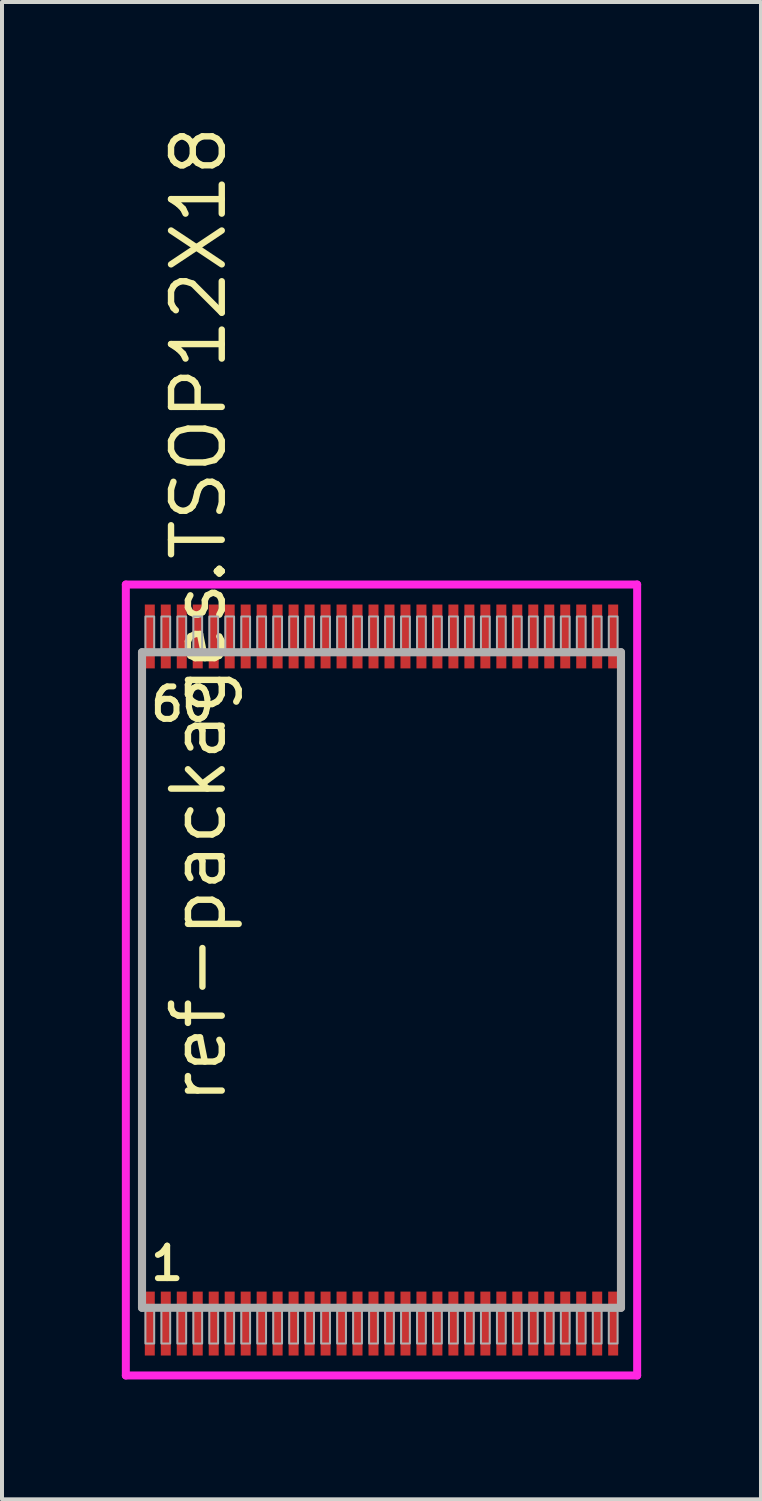
<source format=kicad_pcb>
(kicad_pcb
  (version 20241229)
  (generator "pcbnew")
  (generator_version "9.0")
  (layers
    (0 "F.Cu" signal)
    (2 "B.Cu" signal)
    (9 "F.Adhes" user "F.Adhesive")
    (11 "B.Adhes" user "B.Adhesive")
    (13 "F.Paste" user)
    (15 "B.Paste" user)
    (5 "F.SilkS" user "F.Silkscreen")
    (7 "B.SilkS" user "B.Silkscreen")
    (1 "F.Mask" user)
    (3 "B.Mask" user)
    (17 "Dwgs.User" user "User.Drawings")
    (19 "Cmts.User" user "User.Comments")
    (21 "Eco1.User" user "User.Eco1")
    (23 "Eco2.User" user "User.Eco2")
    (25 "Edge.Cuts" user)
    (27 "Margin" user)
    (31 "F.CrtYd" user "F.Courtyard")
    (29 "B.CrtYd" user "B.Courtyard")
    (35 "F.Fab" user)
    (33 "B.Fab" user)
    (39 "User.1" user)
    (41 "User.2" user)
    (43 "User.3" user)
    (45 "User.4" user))
  (footprint "ref-packages.TSOP12X18"
    (layer "F.Cu")
    (at 6.5 21.483)
    (property "Reference" "ref-packages.TSOP12X18" (at -3.835 3.175 90) (layer "F.SilkS") (effects (font (size 1.27 1.27) (thickness 0.16)) (justify left bottom)))
    (attr smd)
    (fp_line (start -6.4 -9.9) (end 6.4 -9.9) (stroke (width 0.2) (type default)) (layer "F.CrtYd"))
    (fp_line (start -6.4 9.9) (end -6.4 -9.9) (stroke (width 0.2) (type default)) (layer "F.CrtYd"))
    (fp_line (start 6.4 -9.9) (end 6.4 9.9) (stroke (width 0.2) (type default)) (layer "F.CrtYd"))
    (fp_line (start 6.4 9.9) (end -6.4 9.9) (stroke (width 0.2) (type default)) (layer "F.CrtYd"))
    (fp_line (start -5.995 -8.205) (end 5.995 -8.205) (stroke (width 0.203) (type default)) (layer "F.Fab"))
    (fp_line (start -5.995 8.205) (end -5.995 -8.205) (stroke (width 0.203) (type default)) (layer "F.Fab"))
    (fp_line (start 5.995 -8.205) (end 5.995 8.205) (stroke (width 0.203) (type default)) (layer "F.Fab"))
    (fp_line (start 5.995 8.205) (end -5.995 8.205) (stroke (width 0.203) (type default)) (layer "F.Fab"))
    (fp_rect (start -5.91 -8.27) (end -5.69 -9.1) (stroke (width 0.05) (type default)) (fill no) (layer "F.Fab"))
    (fp_rect (start -5.91 9.1) (end -5.69 8.27) (stroke (width 0.05) (type default)) (fill no) (layer "F.Fab"))
    (fp_rect (start -5.51 -8.27) (end -5.29 -9.1) (stroke (width 0.05) (type default)) (fill no) (layer "F.Fab"))
    (fp_rect (start -5.51 9.1) (end -5.29 8.27) (stroke (width 0.05) (type default)) (fill no) (layer "F.Fab"))
    (fp_rect (start -5.11 -8.27) (end -4.89 -9.1) (stroke (width 0.05) (type default)) (fill no) (layer "F.Fab"))
    (fp_rect (start -5.11 9.1) (end -4.89 8.27) (stroke (width 0.05) (type default)) (fill no) (layer "F.Fab"))
    (fp_rect (start -4.71 -8.27) (end -4.49 -9.1) (stroke (width 0.05) (type default)) (fill no) (layer "F.Fab"))
    (fp_rect (start -4.71 9.1) (end -4.49 8.27) (stroke (width 0.05) (type default)) (fill no) (layer "F.Fab"))
    (fp_rect (start -4.31 -8.27) (end -4.09 -9.1) (stroke (width 0.05) (type default)) (fill no) (layer "F.Fab"))
    (fp_rect (start -4.31 9.1) (end -4.09 8.27) (stroke (width 0.05) (type default)) (fill no) (layer "F.Fab"))
    (fp_rect (start -3.91 -8.27) (end -3.69 -9.1) (stroke (width 0.05) (type default)) (fill no) (layer "F.Fab"))
    (fp_rect (start -3.91 9.1) (end -3.69 8.27) (stroke (width 0.05) (type default)) (fill no) (layer "F.Fab"))
    (fp_rect (start -3.51 -8.27) (end -3.29 -9.1) (stroke (width 0.05) (type default)) (fill no) (layer "F.Fab"))
    (fp_rect (start -3.51 9.1) (end -3.29 8.27) (stroke (width 0.05) (type default)) (fill no) (layer "F.Fab"))
    (fp_rect (start -3.11 -8.27) (end -2.89 -9.1) (stroke (width 0.05) (type default)) (fill no) (layer "F.Fab"))
    (fp_rect (start -3.11 9.1) (end -2.89 8.27) (stroke (width 0.05) (type default)) (fill no) (layer "F.Fab"))
    (fp_rect (start -2.71 -8.27) (end -2.49 -9.1) (stroke (width 0.05) (type default)) (fill no) (layer "F.Fab"))
    (fp_rect (start -2.71 9.1) (end -2.49 8.27) (stroke (width 0.05) (type default)) (fill no) (layer "F.Fab"))
    (fp_rect (start -2.31 -8.27) (end -2.09 -9.1) (stroke (width 0.05) (type default)) (fill no) (layer "F.Fab"))
    (fp_rect (start -2.31 9.1) (end -2.09 8.27) (stroke (width 0.05) (type default)) (fill no) (layer "F.Fab"))
    (fp_rect (start -1.91 -8.27) (end -1.69 -9.1) (stroke (width 0.05) (type default)) (fill no) (layer "F.Fab"))
    (fp_rect (start -1.91 9.1) (end -1.69 8.27) (stroke (width 0.05) (type default)) (fill no) (layer "F.Fab"))
    (fp_rect (start -1.51 -8.27) (end -1.29 -9.1) (stroke (width 0.05) (type default)) (fill no) (layer "F.Fab"))
    (fp_rect (start -1.51 9.1) (end -1.29 8.27) (stroke (width 0.05) (type default)) (fill no) (layer "F.Fab"))
    (fp_rect (start -1.11 -8.27) (end -0.89 -9.1) (stroke (width 0.05) (type default)) (fill no) (layer "F.Fab"))
    (fp_rect (start -1.11 9.1) (end -0.89 8.27) (stroke (width 0.05) (type default)) (fill no) (layer "F.Fab"))
    (fp_rect (start -0.71 -8.27) (end -0.49 -9.1) (stroke (width 0.05) (type default)) (fill no) (layer "F.Fab"))
    (fp_rect (start -0.71 9.1) (end -0.49 8.27) (stroke (width 0.05) (type default)) (fill no) (layer "F.Fab"))
    (fp_rect (start -0.31 -8.27) (end -0.09 -9.1) (stroke (width 0.05) (type default)) (fill no) (layer "F.Fab"))
    (fp_rect (start -0.31 9.1) (end -0.09 8.27) (stroke (width 0.05) (type default)) (fill no) (layer "F.Fab"))
    (fp_rect (start 0.09 -8.27) (end 0.31 -9.1) (stroke (width 0.05) (type default)) (fill no) (layer "F.Fab"))
    (fp_rect (start 0.09 9.1) (end 0.31 8.27) (stroke (width 0.05) (type default)) (fill no) (layer "F.Fab"))
    (fp_rect (start 0.49 -8.27) (end 0.71 -9.1) (stroke (width 0.05) (type default)) (fill no) (layer "F.Fab"))
    (fp_rect (start 0.49 9.1) (end 0.71 8.27) (stroke (width 0.05) (type default)) (fill no) (layer "F.Fab"))
    (fp_rect (start 0.89 -8.27) (end 1.11 -9.1) (stroke (width 0.05) (type default)) (fill no) (layer "F.Fab"))
    (fp_rect (start 0.89 9.1) (end 1.11 8.27) (stroke (width 0.05) (type default)) (fill no) (layer "F.Fab"))
    (fp_rect (start 1.29 -8.27) (end 1.51 -9.1) (stroke (width 0.05) (type default)) (fill no) (layer "F.Fab"))
    (fp_rect (start 1.29 9.1) (end 1.51 8.27) (stroke (width 0.05) (type default)) (fill no) (layer "F.Fab"))
    (fp_rect (start 1.69 -8.27) (end 1.91 -9.1) (stroke (width 0.05) (type default)) (fill no) (layer "F.Fab"))
    (fp_rect (start 1.69 9.1) (end 1.91 8.27) (stroke (width 0.05) (type default)) (fill no) (layer "F.Fab"))
    (fp_rect (start 2.09 -8.27) (end 2.31 -9.1) (stroke (width 0.05) (type default)) (fill no) (layer "F.Fab"))
    (fp_rect (start 2.09 9.1) (end 2.31 8.27) (stroke (width 0.05) (type default)) (fill no) (layer "F.Fab"))
    (fp_rect (start 2.49 -8.27) (end 2.71 -9.1) (stroke (width 0.05) (type default)) (fill no) (layer "F.Fab"))
    (fp_rect (start 2.49 9.1) (end 2.71 8.27) (stroke (width 0.05) (type default)) (fill no) (layer "F.Fab"))
    (fp_rect (start 2.89 -8.27) (end 3.11 -9.1) (stroke (width 0.05) (type default)) (fill no) (layer "F.Fab"))
    (fp_rect (start 2.89 9.1) (end 3.11 8.27) (stroke (width 0.05) (type default)) (fill no) (layer "F.Fab"))
    (fp_rect (start 3.29 -8.27) (end 3.51 -9.1) (stroke (width 0.05) (type default)) (fill no) (layer "F.Fab"))
    (fp_rect (start 3.29 9.1) (end 3.51 8.27) (stroke (width 0.05) (type default)) (fill no) (layer "F.Fab"))
    (fp_rect (start 3.69 -8.27) (end 3.91 -9.1) (stroke (width 0.05) (type default)) (fill no) (layer "F.Fab"))
    (fp_rect (start 3.69 9.1) (end 3.91 8.27) (stroke (width 0.05) (type default)) (fill no) (layer "F.Fab"))
    (fp_rect (start 4.09 -8.27) (end 4.31 -9.1) (stroke (width 0.05) (type default)) (fill no) (layer "F.Fab"))
    (fp_rect (start 4.09 9.1) (end 4.31 8.27) (stroke (width 0.05) (type default)) (fill no) (layer "F.Fab"))
    (fp_rect (start 4.49 -8.27) (end 4.71 -9.1) (stroke (width 0.05) (type default)) (fill no) (layer "F.Fab"))
    (fp_rect (start 4.49 9.1) (end 4.71 8.27) (stroke (width 0.05) (type default)) (fill no) (layer "F.Fab"))
    (fp_rect (start 4.89 -8.27) (end 5.11 -9.1) (stroke (width 0.05) (type default)) (fill no) (layer "F.Fab"))
    (fp_rect (start 4.89 9.1) (end 5.11 8.27) (stroke (width 0.05) (type default)) (fill no) (layer "F.Fab"))
    (fp_rect (start 5.29 -8.27) (end 5.51 -9.1) (stroke (width 0.05) (type default)) (fill no) (layer "F.Fab"))
    (fp_rect (start 5.29 9.1) (end 5.51 8.27) (stroke (width 0.05) (type default)) (fill no) (layer "F.Fab"))
    (fp_rect (start 5.69 -8.27) (end 5.91 -9.1) (stroke (width 0.05) (type default)) (fill no) (layer "F.Fab"))
    (fp_rect (start 5.69 9.1) (end 5.91 8.27) (stroke (width 0.05) (type default)) (fill no) (layer "F.Fab"))
    (fp_text user "1" (at -5.851 7.57 0) (layer "F.SilkS") (effects (font (size 0.813 0.813) (thickness 0.15)) (justify left bottom)))
    (fp_text user "60" (at -5.851 -6.43 0) (layer "F.SilkS") (effects (font (size 0.813 0.813) (thickness 0.15)) (justify left bottom)))
    (pad "1" smd roundrect (at -5.8 8.6) (size 0.25 1.6) (layers "F.Cu" "F.Mask" "F.Paste") (roundrect_rratio 0.01))
    (pad "2" smd roundrect (at -5.4 8.6) (size 0.25 1.6) (layers "F.Cu" "F.Mask" "F.Paste") (roundrect_rratio 0.01))
    (pad "3" smd roundrect (at -5 8.6) (size 0.25 1.6) (layers "F.Cu" "F.Mask" "F.Paste") (roundrect_rratio 0.01))
    (pad "4" smd roundrect (at -4.6 8.6) (size 0.25 1.6) (layers "F.Cu" "F.Mask" "F.Paste") (roundrect_rratio 0.01))
    (pad "5" smd roundrect (at -4.2 8.6) (size 0.25 1.6) (layers "F.Cu" "F.Mask" "F.Paste") (roundrect_rratio 0.01))
    (pad "6" smd roundrect (at -3.8 8.6) (size 0.25 1.6) (layers "F.Cu" "F.Mask" "F.Paste") (roundrect_rratio 0.01))
    (pad "7" smd roundrect (at -3.4 8.6) (size 0.25 1.6) (layers "F.Cu" "F.Mask" "F.Paste") (roundrect_rratio 0.01))
    (pad "8" smd roundrect (at -3 8.6) (size 0.25 1.6) (layers "F.Cu" "F.Mask" "F.Paste") (roundrect_rratio 0.01))
    (pad "9" smd roundrect (at -2.6 8.6) (size 0.25 1.6) (layers "F.Cu" "F.Mask" "F.Paste") (roundrect_rratio 0.01))
    (pad "10" smd roundrect (at -2.2 8.6) (size 0.25 1.6) (layers "F.Cu" "F.Mask" "F.Paste") (roundrect_rratio 0.01))
    (pad "11" smd roundrect (at -1.8 8.6) (size 0.25 1.6) (layers "F.Cu" "F.Mask" "F.Paste") (roundrect_rratio 0.01))
    (pad "12" smd roundrect (at -1.4 8.6) (size 0.25 1.6) (layers "F.Cu" "F.Mask" "F.Paste") (roundrect_rratio 0.01))
    (pad "13" smd roundrect (at -1 8.6) (size 0.25 1.6) (layers "F.Cu" "F.Mask" "F.Paste") (roundrect_rratio 0.01))
    (pad "14" smd roundrect (at -0.6 8.6) (size 0.25 1.6) (layers "F.Cu" "F.Mask" "F.Paste") (roundrect_rratio 0.01))
    (pad "15" smd roundrect (at -0.2 8.6) (size 0.25 1.6) (layers "F.Cu" "F.Mask" "F.Paste") (roundrect_rratio 0.01))
    (pad "16" smd roundrect (at 0.2 8.6) (size 0.25 1.6) (layers "F.Cu" "F.Mask" "F.Paste") (roundrect_rratio 0.01))
    (pad "17" smd roundrect (at 0.6 8.6) (size 0.25 1.6) (layers "F.Cu" "F.Mask" "F.Paste") (roundrect_rratio 0.01))
    (pad "18" smd roundrect (at 1 8.6) (size 0.25 1.6) (layers "F.Cu" "F.Mask" "F.Paste") (roundrect_rratio 0.01))
    (pad "19" smd roundrect (at 1.4 8.6) (size 0.25 1.6) (layers "F.Cu" "F.Mask" "F.Paste") (roundrect_rratio 0.01))
    (pad "20" smd roundrect (at 1.8 8.6) (size 0.25 1.6) (layers "F.Cu" "F.Mask" "F.Paste") (roundrect_rratio 0.01))
    (pad "21" smd roundrect (at 2.2 8.6) (size 0.25 1.6) (layers "F.Cu" "F.Mask" "F.Paste") (roundrect_rratio 0.01))
    (pad "22" smd roundrect (at 2.6 8.6) (size 0.25 1.6) (layers "F.Cu" "F.Mask" "F.Paste") (roundrect_rratio 0.01))
    (pad "23" smd roundrect (at 3 8.6) (size 0.25 1.6) (layers "F.Cu" "F.Mask" "F.Paste") (roundrect_rratio 0.01))
    (pad "24" smd roundrect (at 3.4 8.6) (size 0.25 1.6) (layers "F.Cu" "F.Mask" "F.Paste") (roundrect_rratio 0.01))
    (pad "25" smd roundrect (at 3.8 8.6) (size 0.25 1.6) (layers "F.Cu" "F.Mask" "F.Paste") (roundrect_rratio 0.01))
    (pad "26" smd roundrect (at 4.2 8.6) (size 0.25 1.6) (layers "F.Cu" "F.Mask" "F.Paste") (roundrect_rratio 0.01))
    (pad "27" smd roundrect (at 4.6 8.6) (size 0.25 1.6) (layers "F.Cu" "F.Mask" "F.Paste") (roundrect_rratio 0.01))
    (pad "28" smd roundrect (at 5 8.6) (size 0.25 1.6) (layers "F.Cu" "F.Mask" "F.Paste") (roundrect_rratio 0.01))
    (pad "29" smd roundrect (at 5.4 8.6) (size 0.25 1.6) (layers "F.Cu" "F.Mask" "F.Paste") (roundrect_rratio 0.01))
    (pad "30" smd roundrect (at 5.8 8.6) (size 0.25 1.6) (layers "F.Cu" "F.Mask" "F.Paste") (roundrect_rratio 0.01))
    (pad "31" smd roundrect (at 5.8 -8.6) (size 0.25 1.6) (layers "F.Cu" "F.Mask" "F.Paste") (roundrect_rratio 0.01))
    (pad "32" smd roundrect (at 5.4 -8.6) (size 0.25 1.6) (layers "F.Cu" "F.Mask" "F.Paste") (roundrect_rratio 0.01))
    (pad "33" smd roundrect (at 5 -8.6) (size 0.25 1.6) (layers "F.Cu" "F.Mask" "F.Paste") (roundrect_rratio 0.01))
    (pad "34" smd roundrect (at 4.6 -8.6) (size 0.25 1.6) (layers "F.Cu" "F.Mask" "F.Paste") (roundrect_rratio 0.01))
    (pad "35" smd roundrect (at 4.2 -8.6) (size 0.25 1.6) (layers "F.Cu" "F.Mask" "F.Paste") (roundrect_rratio 0.01))
    (pad "36" smd roundrect (at 3.8 -8.6) (size 0.25 1.6) (layers "F.Cu" "F.Mask" "F.Paste") (roundrect_rratio 0.01))
    (pad "37" smd roundrect (at 3.4 -8.6) (size 0.25 1.6) (layers "F.Cu" "F.Mask" "F.Paste") (roundrect_rratio 0.01))
    (pad "38" smd roundrect (at 3 -8.6) (size 0.25 1.6) (layers "F.Cu" "F.Mask" "F.Paste") (roundrect_rratio 0.01))
    (pad "39" smd roundrect (at 2.6 -8.6) (size 0.25 1.6) (layers "F.Cu" "F.Mask" "F.Paste") (roundrect_rratio 0.01))
    (pad "40" smd roundrect (at 2.2 -8.6) (size 0.25 1.6) (layers "F.Cu" "F.Mask" "F.Paste") (roundrect_rratio 0.01))
    (pad "41" smd roundrect (at 1.8 -8.6) (size 0.25 1.6) (layers "F.Cu" "F.Mask" "F.Paste") (roundrect_rratio 0.01))
    (pad "42" smd roundrect (at 1.4 -8.6) (size 0.25 1.6) (layers "F.Cu" "F.Mask" "F.Paste") (roundrect_rratio 0.01))
    (pad "43" smd roundrect (at 1 -8.6) (size 0.25 1.6) (layers "F.Cu" "F.Mask" "F.Paste") (roundrect_rratio 0.01))
    (pad "44" smd roundrect (at 0.6 -8.6) (size 0.25 1.6) (layers "F.Cu" "F.Mask" "F.Paste") (roundrect_rratio 0.01))
    (pad "45" smd roundrect (at 0.2 -8.6) (size 0.25 1.6) (layers "F.Cu" "F.Mask" "F.Paste") (roundrect_rratio 0.01))
    (pad "46" smd roundrect (at -0.2 -8.6) (size 0.25 1.6) (layers "F.Cu" "F.Mask" "F.Paste") (roundrect_rratio 0.01))
    (pad "47" smd roundrect (at -0.6 -8.6) (size 0.25 1.6) (layers "F.Cu" "F.Mask" "F.Paste") (roundrect_rratio 0.01))
    (pad "48" smd roundrect (at -1 -8.6) (size 0.25 1.6) (layers "F.Cu" "F.Mask" "F.Paste") (roundrect_rratio 0.01))
    (pad "49" smd roundrect (at -1.4 -8.6) (size 0.25 1.6) (layers "F.Cu" "F.Mask" "F.Paste") (roundrect_rratio 0.01))
    (pad "50" smd roundrect (at -1.8 -8.6) (size 0.25 1.6) (layers "F.Cu" "F.Mask" "F.Paste") (roundrect_rratio 0.01))
    (pad "51" smd roundrect (at -2.2 -8.6) (size 0.25 1.6) (layers "F.Cu" "F.Mask" "F.Paste") (roundrect_rratio 0.01))
    (pad "52" smd roundrect (at -2.6 -8.6) (size 0.25 1.6) (layers "F.Cu" "F.Mask" "F.Paste") (roundrect_rratio 0.01))
    (pad "53" smd roundrect (at -3 -8.6) (size 0.25 1.6) (layers "F.Cu" "F.Mask" "F.Paste") (roundrect_rratio 0.01))
    (pad "54" smd roundrect (at -3.4 -8.6) (size 0.25 1.6) (layers "F.Cu" "F.Mask" "F.Paste") (roundrect_rratio 0.01))
    (pad "55" smd roundrect (at -3.8 -8.6) (size 0.25 1.6) (layers "F.Cu" "F.Mask" "F.Paste") (roundrect_rratio 0.01))
    (pad "56" smd roundrect (at -4.2 -8.6) (size 0.25 1.6) (layers "F.Cu" "F.Mask" "F.Paste") (roundrect_rratio 0.01))
    (pad "57" smd roundrect (at -4.6 -8.6) (size 0.25 1.6) (layers "F.Cu" "F.Mask" "F.Paste") (roundrect_rratio 0.01))
    (pad "58" smd roundrect (at -5 -8.6) (size 0.25 1.6) (layers "F.Cu" "F.Mask" "F.Paste") (roundrect_rratio 0.01))
    (pad "59" smd roundrect (at -5.4 -8.6) (size 0.25 1.6) (layers "F.Cu" "F.Mask" "F.Paste") (roundrect_rratio 0.01))
    (pad "60" smd roundrect (at -5.8 -8.6) (size 0.25 1.6) (layers "F.Cu" "F.Mask" "F.Paste") (roundrect_rratio 0.01)))
  (gr_rect
    (start -3 -3)
    (end 16 34.483)
    (stroke (width 0.1) (type default))
    (fill no)
    (layer "Edge.Cuts")))
</source>
